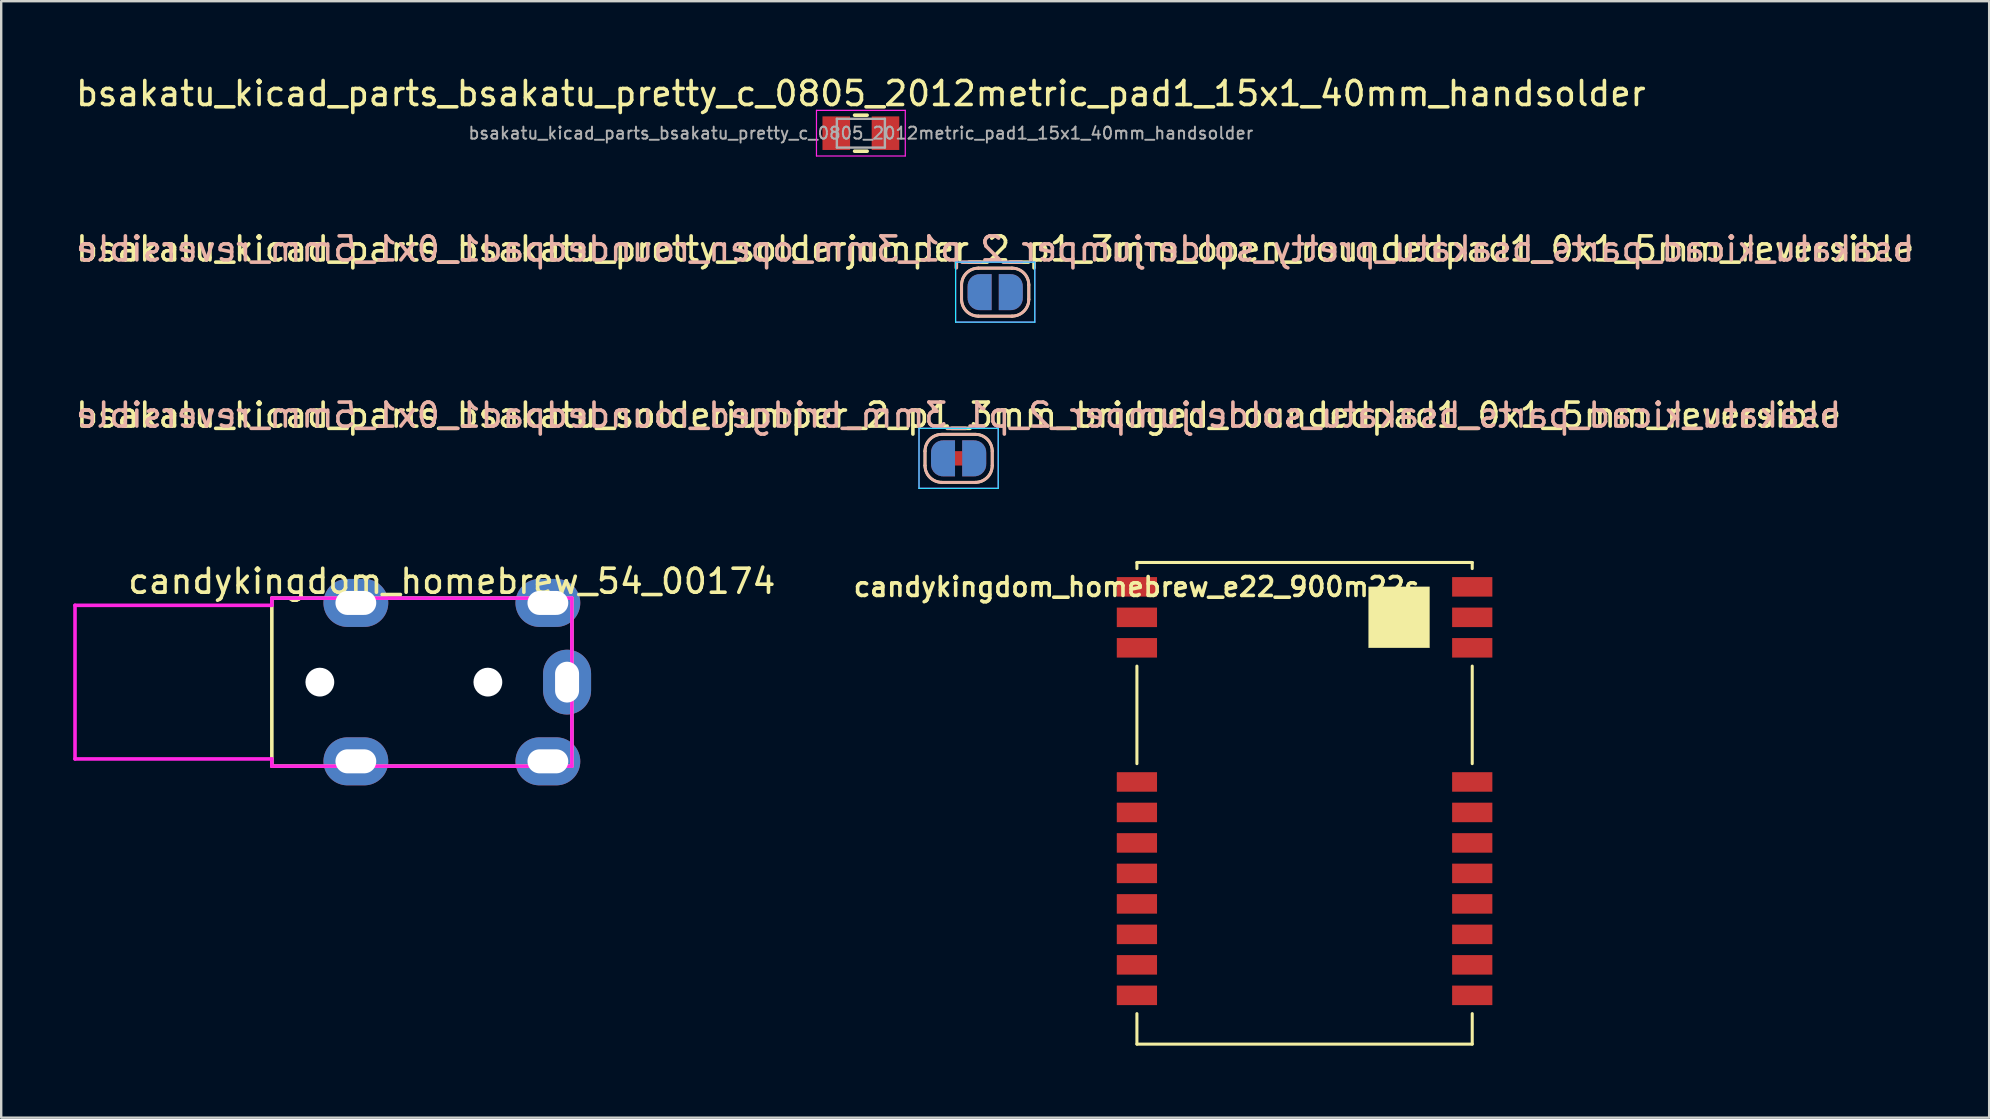
<source format=kicad_pcb>
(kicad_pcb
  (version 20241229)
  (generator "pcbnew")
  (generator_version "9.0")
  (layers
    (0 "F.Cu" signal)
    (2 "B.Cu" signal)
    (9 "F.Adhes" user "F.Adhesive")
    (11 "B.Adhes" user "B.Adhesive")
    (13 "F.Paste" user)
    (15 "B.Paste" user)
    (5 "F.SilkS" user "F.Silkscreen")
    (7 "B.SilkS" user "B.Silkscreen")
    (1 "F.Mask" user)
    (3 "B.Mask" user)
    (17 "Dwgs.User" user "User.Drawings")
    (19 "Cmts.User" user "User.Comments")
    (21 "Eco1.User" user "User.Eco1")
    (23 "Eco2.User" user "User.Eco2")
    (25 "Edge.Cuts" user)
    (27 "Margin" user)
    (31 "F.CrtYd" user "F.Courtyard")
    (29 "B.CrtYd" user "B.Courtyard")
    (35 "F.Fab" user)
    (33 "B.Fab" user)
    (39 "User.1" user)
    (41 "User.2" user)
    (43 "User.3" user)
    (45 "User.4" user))
  (footprint "candykingdom_homebrew_e22_900m22s"
    (layer "F.Cu")
    (at 44.315 21.399)
    (property "Reference" "candykingdom_homebrew_e22_900m22s" (at 0 0 0) (layer "F.SilkS") (effects (font (size 0.787 0.787) (thickness 0.15))))
    (attr smd)
    (fp_line (start 0 -1.016) (end 0 -0.762) (stroke (width 0.127) (type solid)) (layer "F.SilkS"))
    (fp_line (start 0 -1.016) (end 13.97 -1.016) (stroke (width 0.127) (type solid)) (layer "F.SilkS"))
    (fp_line (start 0 3.302) (end 0 7.366) (stroke (width 0.127) (type solid)) (layer "F.SilkS"))
    (fp_line (start 0 17.78) (end 0 19.05) (stroke (width 0.127) (type solid)) (layer "F.SilkS"))
    (fp_line (start 0 19.05) (end 13.97 19.05) (stroke (width 0.127) (type solid)) (layer "F.SilkS"))
    (fp_line (start 13.97 -1.016) (end 13.97 -0.762) (stroke (width 0.127) (type solid)) (layer "F.SilkS"))
    (fp_line (start 13.97 3.302) (end 13.97 7.366) (stroke (width 0.127) (type solid)) (layer "F.SilkS"))
    (fp_line (start 13.97 19.05) (end 13.97 17.78) (stroke (width 0.127) (type solid)) (layer "F.SilkS"))
    (fp_poly (pts (xy 9.652 0) (xy 12.192 0) (xy 12.192 2.54) (xy 9.652 2.54)) (stroke (width 0.01) (type solid)) (fill yes) (layer "F.SilkS"))
    (pad "1" smd rect (at 0 0) (size 1.676 0.813) (layers "F.Cu" "F.Mask" "F.Paste"))
    (pad "2" smd rect (at 0 1.27) (size 1.676 0.813) (layers "F.Cu" "F.Mask" "F.Paste"))
    (pad "3" smd rect (at 0 2.54) (size 1.676 0.813) (layers "F.Cu" "F.Mask" "F.Paste"))
    (pad "4" smd rect (at 0 8.128) (size 1.676 0.813) (layers "F.Cu" "F.Mask" "F.Paste"))
    (pad "5" smd rect (at 0 9.398) (size 1.676 0.813) (layers "F.Cu" "F.Mask" "F.Paste"))
    (pad "6" smd rect (at 0 10.668) (size 1.676 0.813) (layers "F.Cu" "F.Mask" "F.Paste"))
    (pad "7" smd rect (at 0 11.938) (size 1.676 0.813) (layers "F.Cu" "F.Mask" "F.Paste"))
    (pad "8" smd rect (at 0 13.208) (size 1.676 0.813) (layers "F.Cu" "F.Mask" "F.Paste"))
    (pad "9" smd rect (at 0 14.478) (size 1.676 0.813) (layers "F.Cu" "F.Mask" "F.Paste"))
    (pad "10" smd rect (at 0 15.748) (size 1.676 0.813) (layers "F.Cu" "F.Mask" "F.Paste"))
    (pad "11" smd rect (at 0 17.018) (size 1.676 0.813) (layers "F.Cu" "F.Mask" "F.Paste"))
    (pad "12" smd rect (at 13.97 17.018) (size 1.676 0.813) (layers "F.Cu" "F.Mask" "F.Paste"))
    (pad "13" smd rect (at 13.97 15.748) (size 1.676 0.813) (layers "F.Cu" "F.Mask" "F.Paste"))
    (pad "14" smd rect (at 13.97 14.478) (size 1.676 0.813) (layers "F.Cu" "F.Mask" "F.Paste"))
    (pad "15" smd rect (at 13.97 13.208) (size 1.676 0.813) (layers "F.Cu" "F.Mask" "F.Paste"))
    (pad "16" smd rect (at 13.97 11.938) (size 1.676 0.813) (layers "F.Cu" "F.Mask" "F.Paste"))
    (pad "17" smd rect (at 13.97 10.668) (size 1.676 0.813) (layers "F.Cu" "F.Mask" "F.Paste"))
    (pad "18" smd rect (at 13.97 9.398) (size 1.676 0.813) (layers "F.Cu" "F.Mask" "F.Paste"))
    (pad "19" smd rect (at 13.97 8.128) (size 1.676 0.813) (layers "F.Cu" "F.Mask" "F.Paste"))
    (pad "20" smd rect (at 13.97 2.54) (size 1.676 0.813) (layers "F.Cu" "F.Mask" "F.Paste"))
    (pad "21" smd rect (at 13.97 1.27) (size 1.676 0.813) (layers "F.Cu" "F.Mask" "F.Paste"))
    (pad "22" smd rect (at 13.97 0) (size 1.676 0.813) (layers "F.Cu" "F.Mask" "F.Paste")))
  (footprint "bsakatu_kicad_parts_bsakatu_solderjumper_2_p1_3mm_bridged_roundedpad1_0x1_5mm_reversible"
    (layer "F.Cu")
    (at 36.887 16.045)
    (property "Reference" "bsakatu_kicad_parts_bsakatu_solderjumper_2_p1_3mm_bridged_roundedpad1_0x1_5mm_reversible" (at 0 -1.8 0) (layer "F.SilkS") (effects (font (size 1 1) (thickness 0.15))))
    (attr exclude_from_pos_files exclude_from_bom)
    (fp_line (start -1.4 0.3) (end -1.4 -0.3) (stroke (width 0.12) (type solid)) (layer "F.SilkS"))
    (fp_line (start -0.7 -1) (end 0.7 -1) (stroke (width 0.12) (type solid)) (layer "F.SilkS"))
    (fp_line (start 0.7 1) (end -0.7 1) (stroke (width 0.12) (type solid)) (layer "F.SilkS"))
    (fp_line (start 1.4 -0.3) (end 1.4 0.3) (stroke (width 0.12) (type solid)) (layer "F.SilkS"))
    (fp_arc (start -1.4 -0.3) (mid -1.194975 -0.794975) (end -0.7 -1) (stroke (width 0.12) (type solid)) (layer "F.SilkS"))
    (fp_arc (start -0.7 1) (mid -1.194975 0.794975) (end -1.4 0.3) (stroke (width 0.12) (type solid)) (layer "F.SilkS"))
    (fp_arc (start 0.7 -1) (mid 1.194975 -0.794975) (end 1.4 -0.3) (stroke (width 0.12) (type solid)) (layer "F.SilkS"))
    (fp_arc (start 1.4 0.3) (mid 1.194975 0.794975) (end 0.7 1) (stroke (width 0.12) (type solid)) (layer "F.SilkS"))
    (fp_line (start -1.4 -0.3) (end -1.4 0.3) (stroke (width 0.12) (type solid)) (layer "B.SilkS"))
    (fp_line (start -0.7 1) (end 0.7 1) (stroke (width 0.12) (type solid)) (layer "B.SilkS"))
    (fp_line (start 0.7 -1) (end -0.7 -1) (stroke (width 0.12) (type solid)) (layer "B.SilkS"))
    (fp_line (start 1.4 0.3) (end 1.4 -0.3) (stroke (width 0.12) (type solid)) (layer "B.SilkS"))
    (fp_arc (start -1.4 -0.3) (mid -1.194975 -0.794975) (end -0.7 -1) (stroke (width 0.12) (type solid)) (layer "B.SilkS"))
    (fp_arc (start -0.7 1) (mid -1.194975 0.794975) (end -1.4 0.3) (stroke (width 0.12) (type solid)) (layer "B.SilkS"))
    (fp_arc (start 0.7 -1) (mid 1.194975 -0.794975) (end 1.4 -0.3) (stroke (width 0.12) (type solid)) (layer "B.SilkS"))
    (fp_arc (start 1.4 0.3) (mid 1.194975 0.794975) (end 0.7 1) (stroke (width 0.12) (type solid)) (layer "B.SilkS"))
    (fp_line (start -1.65 1.25) (end -1.65 -1.25) (stroke (width 0.05) (type solid)) (layer "B.CrtYd"))
    (fp_line (start -1.65 1.25) (end 1.65 1.25) (stroke (width 0.05) (type solid)) (layer "B.CrtYd"))
    (fp_line (start 1.65 -1.25) (end -1.65 -1.25) (stroke (width 0.05) (type solid)) (layer "B.CrtYd"))
    (fp_line (start 1.65 -1.25) (end 1.65 1.25) (stroke (width 0.05) (type solid)) (layer "B.CrtYd"))
    (fp_line (start -1.65 -1.25) (end -1.65 1.25) (stroke (width 0.05) (type solid)) (layer "F.CrtYd"))
    (fp_line (start -1.65 -1.25) (end 1.65 -1.25) (stroke (width 0.05) (type solid)) (layer "F.CrtYd"))
    (fp_line (start 1.65 1.25) (end -1.65 1.25) (stroke (width 0.05) (type solid)) (layer "F.CrtYd"))
    (fp_line (start 1.65 1.25) (end 1.65 -1.25) (stroke (width 0.05) (type solid)) (layer "F.CrtYd"))
    (fp_text user "${REFERENCE}" (at 0 -1.8 0) (layer "B.SilkS") (effects (font (size 1 1) (thickness 0.15)) (justify mirror)))
    (pad "" smd rect (at 0 0) (size 0.6 0.6) (layers "F.Cu" "F.Mask" "F.Paste"))
    (pad "1" smd custom (at -0.65 0) (size 1 0.5) (layers "F.Cu" "F.Mask") (options (anchor rect)) (primitives (gr_circle (center 0 0.25) (end 0.5 0.25) (width 0) (fill yes)) (gr_circle (center 0 -0.25) (end 0.5 -0.25) (width 0) (fill yes)) (gr_poly (pts (xy 0 -0.75) (xy 0.5 -0.75) (xy 0.5 0.75) (xy 0 0.75)) (width 0) (fill yes))))
    (pad "1" smd custom (at -0.65 0) (size 1 0.5) (layers "B.Cu" "B.Mask") (options (anchor rect)) (primitives (gr_circle (center 0 -0.25) (end 0.5 -0.25) (width 0) (fill yes)) (gr_circle (center 0 0.25) (end 0.5 0.25) (width 0) (fill yes)) (gr_poly (pts (xy 0 0.75) (xy 0.5 0.75) (xy 0.5 -0.75) (xy 0 -0.75)) (width 0) (fill yes))))
    (pad "2" smd custom (at 0.65 0) (size 1 0.5) (layers "F.Cu" "F.Mask") (options (anchor rect)) (primitives (gr_circle (center 0 0.25) (end 0.5 0.25) (width 0) (fill yes)) (gr_circle (center 0 -0.25) (end 0.5 -0.25) (width 0) (fill yes)) (gr_poly (pts (xy 0 -0.75) (xy -0.5 -0.75) (xy -0.5 0.75) (xy 0 0.75)) (width 0) (fill yes))))
    (pad "2" smd custom (at 0.65 0) (size 1 0.5) (layers "B.Cu" "B.Mask") (options (anchor rect)) (primitives (gr_circle (center 0 -0.25) (end 0.5 -0.25) (width 0) (fill yes)) (gr_circle (center 0 0.25) (end 0.5 0.25) (width 0) (fill yes)) (gr_poly (pts (xy 0 0.75) (xy -0.5 0.75) (xy -0.5 -0.75) (xy 0 -0.75)) (width 0) (fill yes)))))
  (footprint "bsakatu_kicad_parts_bsakatu_pretty_solderjumper_2_p1_3mm_open_roundedpad1_0x1_5mm_reversible"
    (layer "F.Cu")
    (at 38.411 9.121)
    (property "Reference" "bsakatu_kicad_parts_bsakatu_pretty_solderjumper_2_p1_3mm_open_roundedpad1_0x1_5mm_reversible" (at 0 -1.8 0) (layer "F.SilkS") (effects (font (size 1 1) (thickness 0.15))))
    (attr exclude_from_pos_files exclude_from_bom)
    (fp_line (start -1.4 0.3) (end -1.4 -0.3) (stroke (width 0.12) (type solid)) (layer "F.SilkS"))
    (fp_line (start -0.7 -1) (end 0.7 -1) (stroke (width 0.12) (type solid)) (layer "F.SilkS"))
    (fp_line (start 0.7 1) (end -0.7 1) (stroke (width 0.12) (type solid)) (layer "F.SilkS"))
    (fp_line (start 1.4 -0.3) (end 1.4 0.3) (stroke (width 0.12) (type solid)) (layer "F.SilkS"))
    (fp_arc (start -1.4 -0.3) (mid -1.194975 -0.794975) (end -0.7 -1) (stroke (width 0.12) (type solid)) (layer "F.SilkS"))
    (fp_arc (start -0.7 1) (mid -1.194975 0.794975) (end -1.4 0.3) (stroke (width 0.12) (type solid)) (layer "F.SilkS"))
    (fp_arc (start 0.7 -1) (mid 1.194975 -0.794975) (end 1.4 -0.3) (stroke (width 0.12) (type solid)) (layer "F.SilkS"))
    (fp_arc (start 1.4 0.3) (mid 1.194975 0.794975) (end 0.7 1) (stroke (width 0.12) (type solid)) (layer "F.SilkS"))
    (fp_line (start -1.4 -0.3) (end -1.4 0.3) (stroke (width 0.12) (type solid)) (layer "B.SilkS"))
    (fp_line (start -0.7 1) (end 0.7 1) (stroke (width 0.12) (type solid)) (layer "B.SilkS"))
    (fp_line (start 0.7 -1) (end -0.7 -1) (stroke (width 0.12) (type solid)) (layer "B.SilkS"))
    (fp_line (start 1.4 0.3) (end 1.4 -0.3) (stroke (width 0.12) (type solid)) (layer "B.SilkS"))
    (fp_arc (start -1.4 -0.3) (mid -1.194975 -0.794975) (end -0.7 -1) (stroke (width 0.12) (type solid)) (layer "B.SilkS"))
    (fp_arc (start -0.7 1) (mid -1.194975 0.794975) (end -1.4 0.3) (stroke (width 0.12) (type solid)) (layer "B.SilkS"))
    (fp_arc (start 0.7 -1) (mid 1.194975 -0.794975) (end 1.4 -0.3) (stroke (width 0.12) (type solid)) (layer "B.SilkS"))
    (fp_arc (start 1.4 0.3) (mid 1.194975 0.794975) (end 0.7 1) (stroke (width 0.12) (type solid)) (layer "B.SilkS"))
    (fp_line (start -1.65 1.25) (end -1.65 -1.25) (stroke (width 0.05) (type solid)) (layer "B.CrtYd"))
    (fp_line (start -1.65 1.25) (end 1.65 1.25) (stroke (width 0.05) (type solid)) (layer "B.CrtYd"))
    (fp_line (start 1.65 -1.25) (end -1.65 -1.25) (stroke (width 0.05) (type solid)) (layer "B.CrtYd"))
    (fp_line (start 1.65 -1.25) (end 1.65 1.25) (stroke (width 0.05) (type solid)) (layer "B.CrtYd"))
    (fp_line (start -1.65 -1.25) (end -1.65 1.25) (stroke (width 0.05) (type solid)) (layer "F.CrtYd"))
    (fp_line (start -1.65 -1.25) (end 1.65 -1.25) (stroke (width 0.05) (type solid)) (layer "F.CrtYd"))
    (fp_line (start 1.65 1.25) (end -1.65 1.25) (stroke (width 0.05) (type solid)) (layer "F.CrtYd"))
    (fp_line (start 1.65 1.25) (end 1.65 -1.25) (stroke (width 0.05) (type solid)) (layer "F.CrtYd"))
    (fp_text user "${REFERENCE}" (at 0 -1.8 0) (layer "B.SilkS") (effects (font (size 1 1) (thickness 0.15)) (justify mirror)))
    (pad "1" smd custom (at -0.65 0) (size 1 0.5) (layers "F.Cu" "F.Mask") (options (anchor rect)) (primitives (gr_circle (center 0 0.25) (end 0.5 0.25) (width 0) (fill yes)) (gr_circle (center 0 -0.25) (end 0.5 -0.25) (width 0) (fill yes)) (gr_poly (pts (xy 0 -0.75) (xy 0.5 -0.75) (xy 0.5 0.75) (xy 0 0.75)) (width 0) (fill yes))))
    (pad "1" smd custom (at -0.65 0) (size 1 0.5) (layers "B.Cu" "B.Mask") (options (anchor rect)) (primitives (gr_circle (center 0 -0.25) (end 0.5 -0.25) (width 0) (fill yes)) (gr_circle (center 0 0.25) (end 0.5 0.25) (width 0) (fill yes)) (gr_poly (pts (xy 0 0.75) (xy 0.5 0.75) (xy 0.5 -0.75) (xy 0 -0.75)) (width 0) (fill yes))))
    (pad "2" smd custom (at 0.65 0) (size 1 0.5) (layers "F.Cu" "F.Mask") (options (anchor rect)) (primitives (gr_circle (center 0 0.25) (end 0.5 0.25) (width 0) (fill yes)) (gr_circle (center 0 -0.25) (end 0.5 -0.25) (width 0) (fill yes)) (gr_poly (pts (xy 0 -0.75) (xy -0.5 -0.75) (xy -0.5 0.75) (xy 0 0.75)) (width 0) (fill yes))))
    (pad "2" smd custom (at 0.65 0) (size 1 0.5) (layers "B.Cu" "B.Mask") (options (anchor rect)) (primitives (gr_circle (center 0 -0.25) (end 0.5 -0.25) (width 0) (fill yes)) (gr_circle (center 0 0.25) (end 0.5 0.25) (width 0) (fill yes)) (gr_poly (pts (xy 0 0.75) (xy -0.5 0.75) (xy -0.5 -0.75) (xy 0 -0.75)) (width 0) (fill yes)))))
  (footprint "candykingdom_homebrew_54_00174"
    (layer "F.Cu")
    (at 8.275 25.368)
    (property "Reference" "candykingdom_homebrew_54_00174" (at 7.5 -4.2 0) (layer "F.SilkS") (effects (font (size 1 1) (thickness 0.15))))
    (attr through_hole)
    (fp_line (start 0 -3.5) (end 0 3.5) (stroke (width 0.15) (type solid)) (layer "F.SilkS"))
    (fp_line (start 0 -3.5) (end 12.5 -3.5) (stroke (width 0.15) (type solid)) (layer "F.SilkS"))
    (fp_line (start 12.5 -3.5) (end 12.5 3.5) (stroke (width 0.15) (type solid)) (layer "F.SilkS"))
    (fp_line (start 12.5 3.5) (end 0 3.5) (stroke (width 0.15) (type solid)) (layer "F.SilkS"))
    (fp_line (start -8.2 -3.2) (end -8.2 3.2) (stroke (width 0.15) (type solid)) (layer "F.CrtYd"))
    (fp_line (start -8.2 3.2) (end 0 3.2) (stroke (width 0.15) (type solid)) (layer "F.CrtYd"))
    (fp_line (start 0 -3.5) (end 12.5 -3.5) (stroke (width 0.15) (type solid)) (layer "F.CrtYd"))
    (fp_line (start 0 -3.2) (end -8.2 -3.2) (stroke (width 0.15) (type solid)) (layer "F.CrtYd"))
    (fp_line (start 0 -3.2) (end 0 -3.5) (stroke (width 0.15) (type solid)) (layer "F.CrtYd"))
    (fp_line (start 0 3.2) (end 0 3.5) (stroke (width 0.15) (type solid)) (layer "F.CrtYd"))
    (fp_line (start 12.5 -3.5) (end 12.5 3.5) (stroke (width 0.15) (type solid)) (layer "F.CrtYd"))
    (fp_line (start 12.5 3.5) (end 0 3.5) (stroke (width 0.15) (type solid)) (layer "F.CrtYd"))
    (pad "" np_thru_hole circle (at 2 0) (size 1.2 1.2) (drill 1.2) (layers "*.Cu" "*.Mask"))
    (pad "" np_thru_hole circle (at 9 0) (size 1.2 1.2) (drill 1.2) (layers "*.Cu" "*.Mask"))
    (pad "R1" thru_hole oval (at 11.5 3.3) (size 2.7 2) (drill oval 1.7 1) (layers "*.Cu" "*.Mask"))
    (pad "R2" thru_hole oval (at 11.5 -3.3) (size 2.7 2) (drill oval 1.7 1) (layers "*.Cu" "*.Mask"))
    (pad "S" thru_hole oval (at 12.3 0 90) (size 2.7 2) (drill oval 1.7 1) (layers "*.Cu" "*.Mask"))
    (pad "T" thru_hole oval (at 3.5 -3.3) (size 2.7 2) (drill oval 1.7 1) (layers "*.Cu" "*.Mask"))
    (pad "T" thru_hole oval (at 3.5 3.3) (size 2.7 2) (drill oval 1.7 1) (layers "*.Cu" "*.Mask")))
  (footprint "bsakatu_kicad_parts_bsakatu_pretty_c_0805_2012metric_pad1_15x1_40mm_handsolder"
    (layer "F.Cu")
    (at 32.815 2.498)
    (property "Reference" "bsakatu_kicad_parts_bsakatu_pretty_c_0805_2012metric_pad1_15x1_40mm_handsolder" (at 0 -1.65 0) (layer "F.SilkS") (effects (font (size 1 1) (thickness 0.15))))
    (attr smd)
    (fp_line (start -0.261 -0.75) (end 0.261 -0.75) (stroke (width 0.15) (type solid)) (layer "F.SilkS"))
    (fp_line (start -0.261 0.75) (end 0.261 0.75) (stroke (width 0.15) (type solid)) (layer "F.SilkS"))
    (fp_line (start -1.85 -0.95) (end 1.85 -0.95) (stroke (width 0.05) (type solid)) (layer "F.CrtYd"))
    (fp_line (start -1.85 0.95) (end -1.85 -0.95) (stroke (width 0.05) (type solid)) (layer "F.CrtYd"))
    (fp_line (start 1.85 -0.95) (end 1.85 0.95) (stroke (width 0.05) (type solid)) (layer "F.CrtYd"))
    (fp_line (start 1.85 0.95) (end -1.85 0.95) (stroke (width 0.05) (type solid)) (layer "F.CrtYd"))
    (fp_line (start -1 -0.6) (end 1 -0.6) (stroke (width 0.1) (type solid)) (layer "F.Fab"))
    (fp_line (start -1 0.6) (end -1 -0.6) (stroke (width 0.1) (type solid)) (layer "F.Fab"))
    (fp_line (start 1 -0.6) (end 1 0.6) (stroke (width 0.1) (type solid)) (layer "F.Fab"))
    (fp_line (start 1 0.6) (end -1 0.6) (stroke (width 0.1) (type solid)) (layer "F.Fab"))
    (fp_text user "${REFERENCE}" (at 0 0 0) (layer "F.Fab") (effects (font (size 0.5 0.5) (thickness 0.08))))
    (pad "1" smd rect (at -1.025 0) (size 1.15 1.4) (layers "F.Cu" "F.Mask" "F.Paste"))
    (pad "2" smd rect (at 1.025 0) (size 1.15 1.4) (layers "F.Cu" "F.Mask" "F.Paste")))
  (gr_rect
    (start -3 -3)
    (end 79.821 43.513)
    (stroke (width 0.1) (type default))
    (fill no)
    (layer "Edge.Cuts")))
</source>
